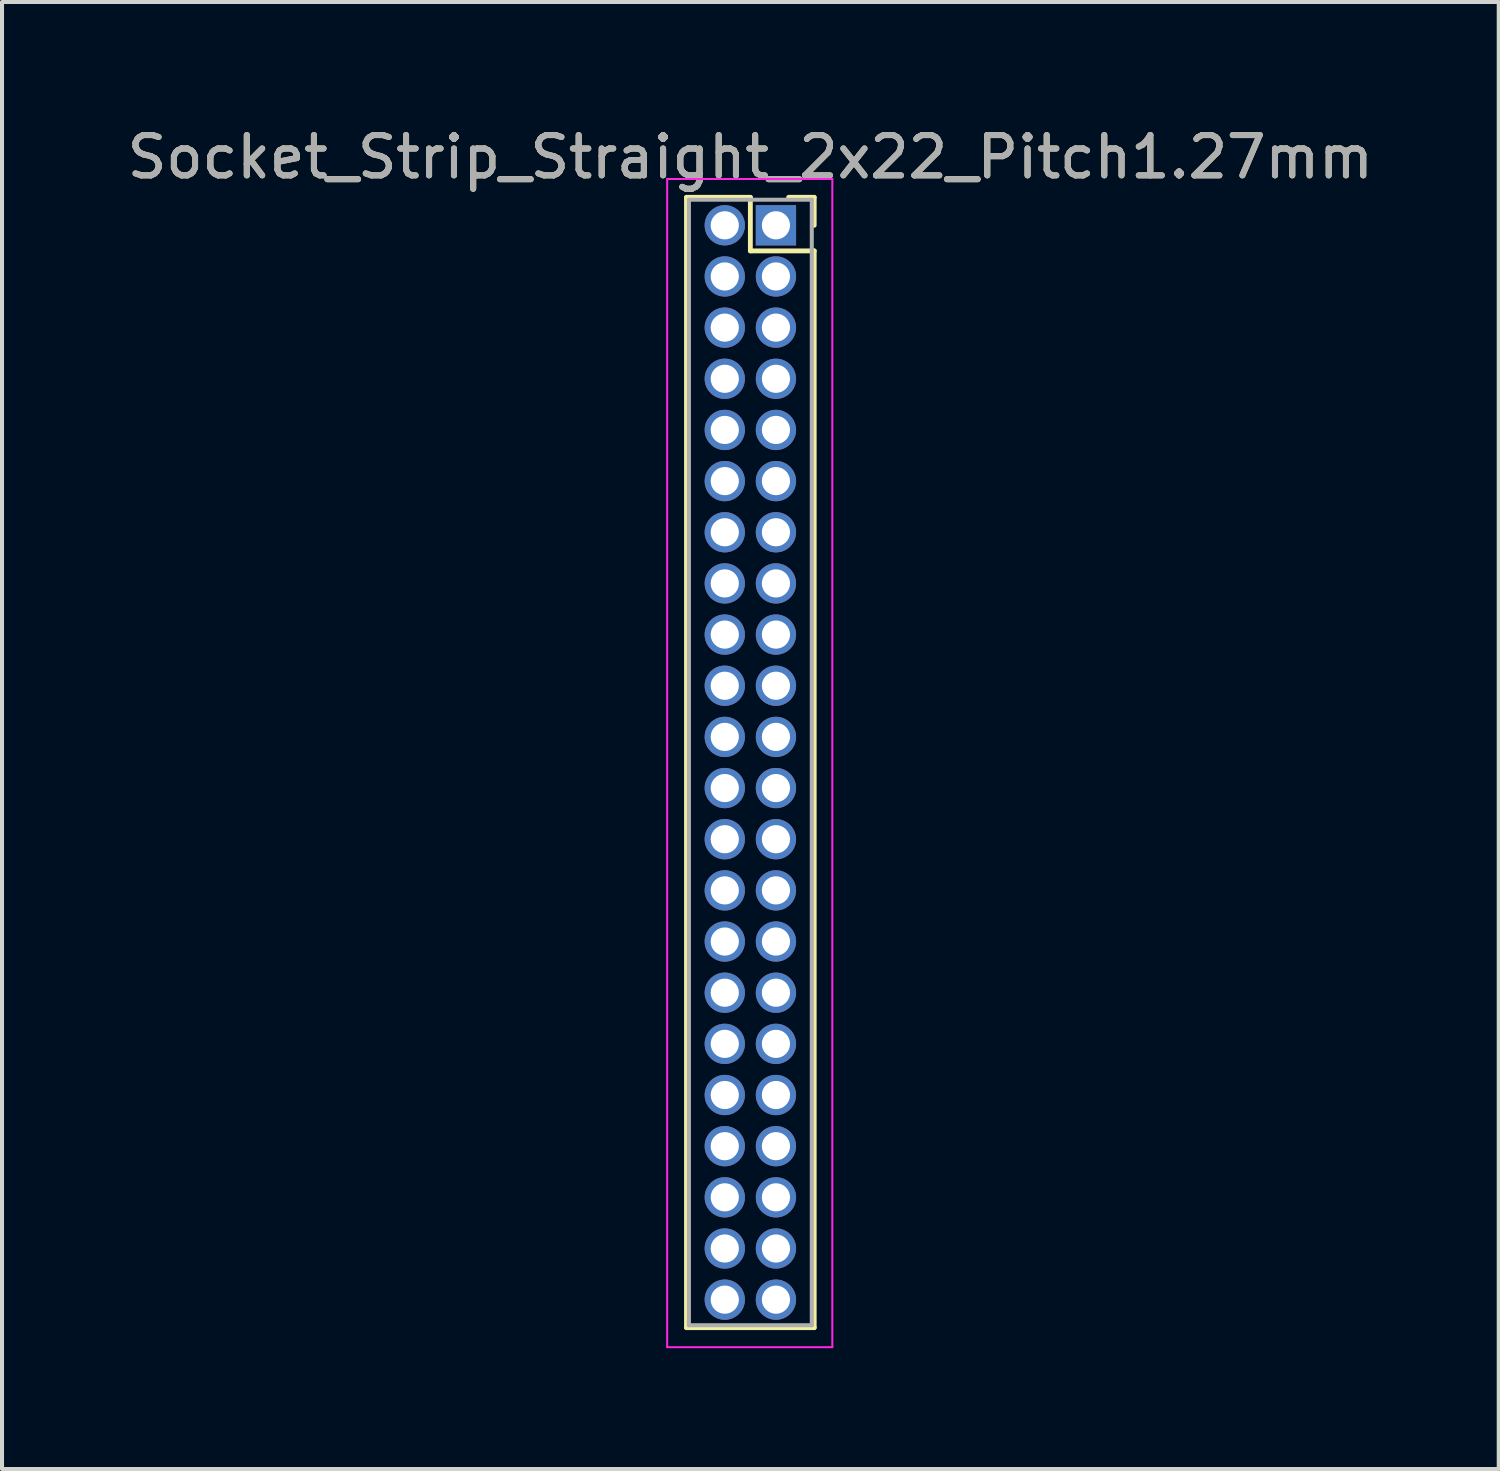
<source format=kicad_pcb>
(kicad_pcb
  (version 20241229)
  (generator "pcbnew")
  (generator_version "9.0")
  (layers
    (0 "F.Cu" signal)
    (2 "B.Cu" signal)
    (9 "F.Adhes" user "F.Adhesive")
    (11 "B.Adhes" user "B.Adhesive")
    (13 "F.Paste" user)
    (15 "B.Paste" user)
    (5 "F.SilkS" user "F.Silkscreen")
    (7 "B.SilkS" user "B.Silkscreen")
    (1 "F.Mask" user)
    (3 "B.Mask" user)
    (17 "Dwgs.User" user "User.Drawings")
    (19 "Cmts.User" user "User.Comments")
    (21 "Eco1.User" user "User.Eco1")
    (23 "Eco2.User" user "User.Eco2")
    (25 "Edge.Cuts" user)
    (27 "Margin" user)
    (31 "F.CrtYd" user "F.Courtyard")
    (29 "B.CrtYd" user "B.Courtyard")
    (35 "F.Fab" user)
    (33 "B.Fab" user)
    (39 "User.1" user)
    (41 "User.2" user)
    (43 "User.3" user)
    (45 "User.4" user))
  (footprint "Socket_Strip_Straight_2x22_Pitch1.27mm"
    (layer "F.Cu")
    (at 16.212 2.543)
    (property "Reference" "Socket_Strip_Straight_2x22_Pitch1.27mm" (at -0.635 -1.695 0) (layer "F.SilkS") (effects (font (size 1 1) (thickness 0.15))))
    (attr through_hole)
    (fp_line (start -2.22 -0.695) (end -0.635 -0.695) (stroke (width 0.12) (type solid)) (layer "F.SilkS"))
    (fp_line (start -2.22 27.365) (end -2.22 -0.695) (stroke (width 0.12) (type solid)) (layer "F.SilkS"))
    (fp_line (start -0.635 -0.695) (end -0.635 0.635) (stroke (width 0.12) (type solid)) (layer "F.SilkS"))
    (fp_line (start -0.635 0.635) (end 0.95 0.635) (stroke (width 0.12) (type solid)) (layer "F.SilkS"))
    (fp_line (start 0.95 -0.695) (end 0.315 -0.695) (stroke (width 0.12) (type solid)) (layer "F.SilkS"))
    (fp_line (start 0.95 0) (end 0.95 -0.695) (stroke (width 0.12) (type solid)) (layer "F.SilkS"))
    (fp_line (start 0.95 0.635) (end 0.95 27.365) (stroke (width 0.12) (type solid)) (layer "F.SilkS"))
    (fp_line (start 0.95 27.365) (end -2.22 27.365) (stroke (width 0.12) (type solid)) (layer "F.SilkS"))
    (fp_line (start -2.7 -1.15) (end -2.7 27.85) (stroke (width 0.05) (type solid)) (layer "F.CrtYd"))
    (fp_line (start -2.7 27.85) (end 1.4 27.85) (stroke (width 0.05) (type solid)) (layer "F.CrtYd"))
    (fp_line (start 1.4 -1.15) (end -2.7 -1.15) (stroke (width 0.05) (type solid)) (layer "F.CrtYd"))
    (fp_line (start 1.4 27.85) (end 1.4 -1.15) (stroke (width 0.05) (type solid)) (layer "F.CrtYd"))
    (fp_line (start -2.16 -0.635) (end -2.16 27.305) (stroke (width 0.1) (type solid)) (layer "F.Fab"))
    (fp_line (start -2.16 27.305) (end 0.89 27.305) (stroke (width 0.1) (type solid)) (layer "F.Fab"))
    (fp_line (start 0.89 -0.635) (end -2.16 -0.635) (stroke (width 0.1) (type solid)) (layer "F.Fab"))
    (fp_line (start 0.89 27.305) (end 0.89 -0.635) (stroke (width 0.1) (type solid)) (layer "F.Fab"))
    (fp_text user "${REFERENCE}" (at -0.635 -1.695 0) (layer "F.Fab") (effects (font (size 1 1) (thickness 0.15))))
    (pad "1" thru_hole rect (at 0 0) (size 1 1) (drill 0.7) (layers "*.Cu" "*.Mask"))
    (pad "2" thru_hole oval (at -1.27 0) (size 1 1) (drill 0.7) (layers "*.Cu" "*.Mask"))
    (pad "3" thru_hole oval (at 0 1.27) (size 1 1) (drill 0.7) (layers "*.Cu" "*.Mask"))
    (pad "4" thru_hole oval (at -1.27 1.27) (size 1 1) (drill 0.7) (layers "*.Cu" "*.Mask"))
    (pad "5" thru_hole oval (at 0 2.54) (size 1 1) (drill 0.7) (layers "*.Cu" "*.Mask"))
    (pad "6" thru_hole oval (at -1.27 2.54) (size 1 1) (drill 0.7) (layers "*.Cu" "*.Mask"))
    (pad "7" thru_hole oval (at 0 3.81) (size 1 1) (drill 0.7) (layers "*.Cu" "*.Mask"))
    (pad "8" thru_hole oval (at -1.27 3.81) (size 1 1) (drill 0.7) (layers "*.Cu" "*.Mask"))
    (pad "9" thru_hole oval (at 0 5.08) (size 1 1) (drill 0.7) (layers "*.Cu" "*.Mask"))
    (pad "10" thru_hole oval (at -1.27 5.08) (size 1 1) (drill 0.7) (layers "*.Cu" "*.Mask"))
    (pad "11" thru_hole oval (at 0 6.35) (size 1 1) (drill 0.7) (layers "*.Cu" "*.Mask"))
    (pad "12" thru_hole oval (at -1.27 6.35) (size 1 1) (drill 0.7) (layers "*.Cu" "*.Mask"))
    (pad "13" thru_hole oval (at 0 7.62) (size 1 1) (drill 0.7) (layers "*.Cu" "*.Mask"))
    (pad "14" thru_hole oval (at -1.27 7.62) (size 1 1) (drill 0.7) (layers "*.Cu" "*.Mask"))
    (pad "15" thru_hole oval (at 0 8.89) (size 1 1) (drill 0.7) (layers "*.Cu" "*.Mask"))
    (pad "16" thru_hole oval (at -1.27 8.89) (size 1 1) (drill 0.7) (layers "*.Cu" "*.Mask"))
    (pad "17" thru_hole oval (at 0 10.16) (size 1 1) (drill 0.7) (layers "*.Cu" "*.Mask"))
    (pad "18" thru_hole oval (at -1.27 10.16) (size 1 1) (drill 0.7) (layers "*.Cu" "*.Mask"))
    (pad "19" thru_hole oval (at 0 11.43) (size 1 1) (drill 0.7) (layers "*.Cu" "*.Mask"))
    (pad "20" thru_hole oval (at -1.27 11.43) (size 1 1) (drill 0.7) (layers "*.Cu" "*.Mask"))
    (pad "21" thru_hole oval (at 0 12.7) (size 1 1) (drill 0.7) (layers "*.Cu" "*.Mask"))
    (pad "22" thru_hole oval (at -1.27 12.7) (size 1 1) (drill 0.7) (layers "*.Cu" "*.Mask"))
    (pad "23" thru_hole oval (at 0 13.97) (size 1 1) (drill 0.7) (layers "*.Cu" "*.Mask"))
    (pad "24" thru_hole oval (at -1.27 13.97) (size 1 1) (drill 0.7) (layers "*.Cu" "*.Mask"))
    (pad "25" thru_hole oval (at 0 15.24) (size 1 1) (drill 0.7) (layers "*.Cu" "*.Mask"))
    (pad "26" thru_hole oval (at -1.27 15.24) (size 1 1) (drill 0.7) (layers "*.Cu" "*.Mask"))
    (pad "27" thru_hole oval (at 0 16.51) (size 1 1) (drill 0.7) (layers "*.Cu" "*.Mask"))
    (pad "28" thru_hole oval (at -1.27 16.51) (size 1 1) (drill 0.7) (layers "*.Cu" "*.Mask"))
    (pad "29" thru_hole oval (at 0 17.78) (size 1 1) (drill 0.7) (layers "*.Cu" "*.Mask"))
    (pad "30" thru_hole oval (at -1.27 17.78) (size 1 1) (drill 0.7) (layers "*.Cu" "*.Mask"))
    (pad "31" thru_hole oval (at 0 19.05) (size 1 1) (drill 0.7) (layers "*.Cu" "*.Mask"))
    (pad "32" thru_hole oval (at -1.27 19.05) (size 1 1) (drill 0.7) (layers "*.Cu" "*.Mask"))
    (pad "33" thru_hole oval (at 0 20.32) (size 1 1) (drill 0.7) (layers "*.Cu" "*.Mask"))
    (pad "34" thru_hole oval (at -1.27 20.32) (size 1 1) (drill 0.7) (layers "*.Cu" "*.Mask"))
    (pad "35" thru_hole oval (at 0 21.59) (size 1 1) (drill 0.7) (layers "*.Cu" "*.Mask"))
    (pad "36" thru_hole oval (at -1.27 21.59) (size 1 1) (drill 0.7) (layers "*.Cu" "*.Mask"))
    (pad "37" thru_hole oval (at 0 22.86) (size 1 1) (drill 0.7) (layers "*.Cu" "*.Mask"))
    (pad "38" thru_hole oval (at -1.27 22.86) (size 1 1) (drill 0.7) (layers "*.Cu" "*.Mask"))
    (pad "39" thru_hole oval (at 0 24.13) (size 1 1) (drill 0.7) (layers "*.Cu" "*.Mask"))
    (pad "40" thru_hole oval (at -1.27 24.13) (size 1 1) (drill 0.7) (layers "*.Cu" "*.Mask"))
    (pad "41" thru_hole oval (at 0 25.4) (size 1 1) (drill 0.7) (layers "*.Cu" "*.Mask"))
    (pad "42" thru_hole oval (at -1.27 25.4) (size 1 1) (drill 0.7) (layers "*.Cu" "*.Mask"))
    (pad "43" thru_hole oval (at 0 26.67) (size 1 1) (drill 0.7) (layers "*.Cu" "*.Mask"))
    (pad "44" thru_hole oval (at -1.27 26.67) (size 1 1) (drill 0.7) (layers "*.Cu" "*.Mask")))
  (gr_rect
    (start -3 -3)
    (end 34.155 33.418)
    (stroke (width 0.1) (type default))
    (fill no)
    (layer "Edge.Cuts")))
</source>
